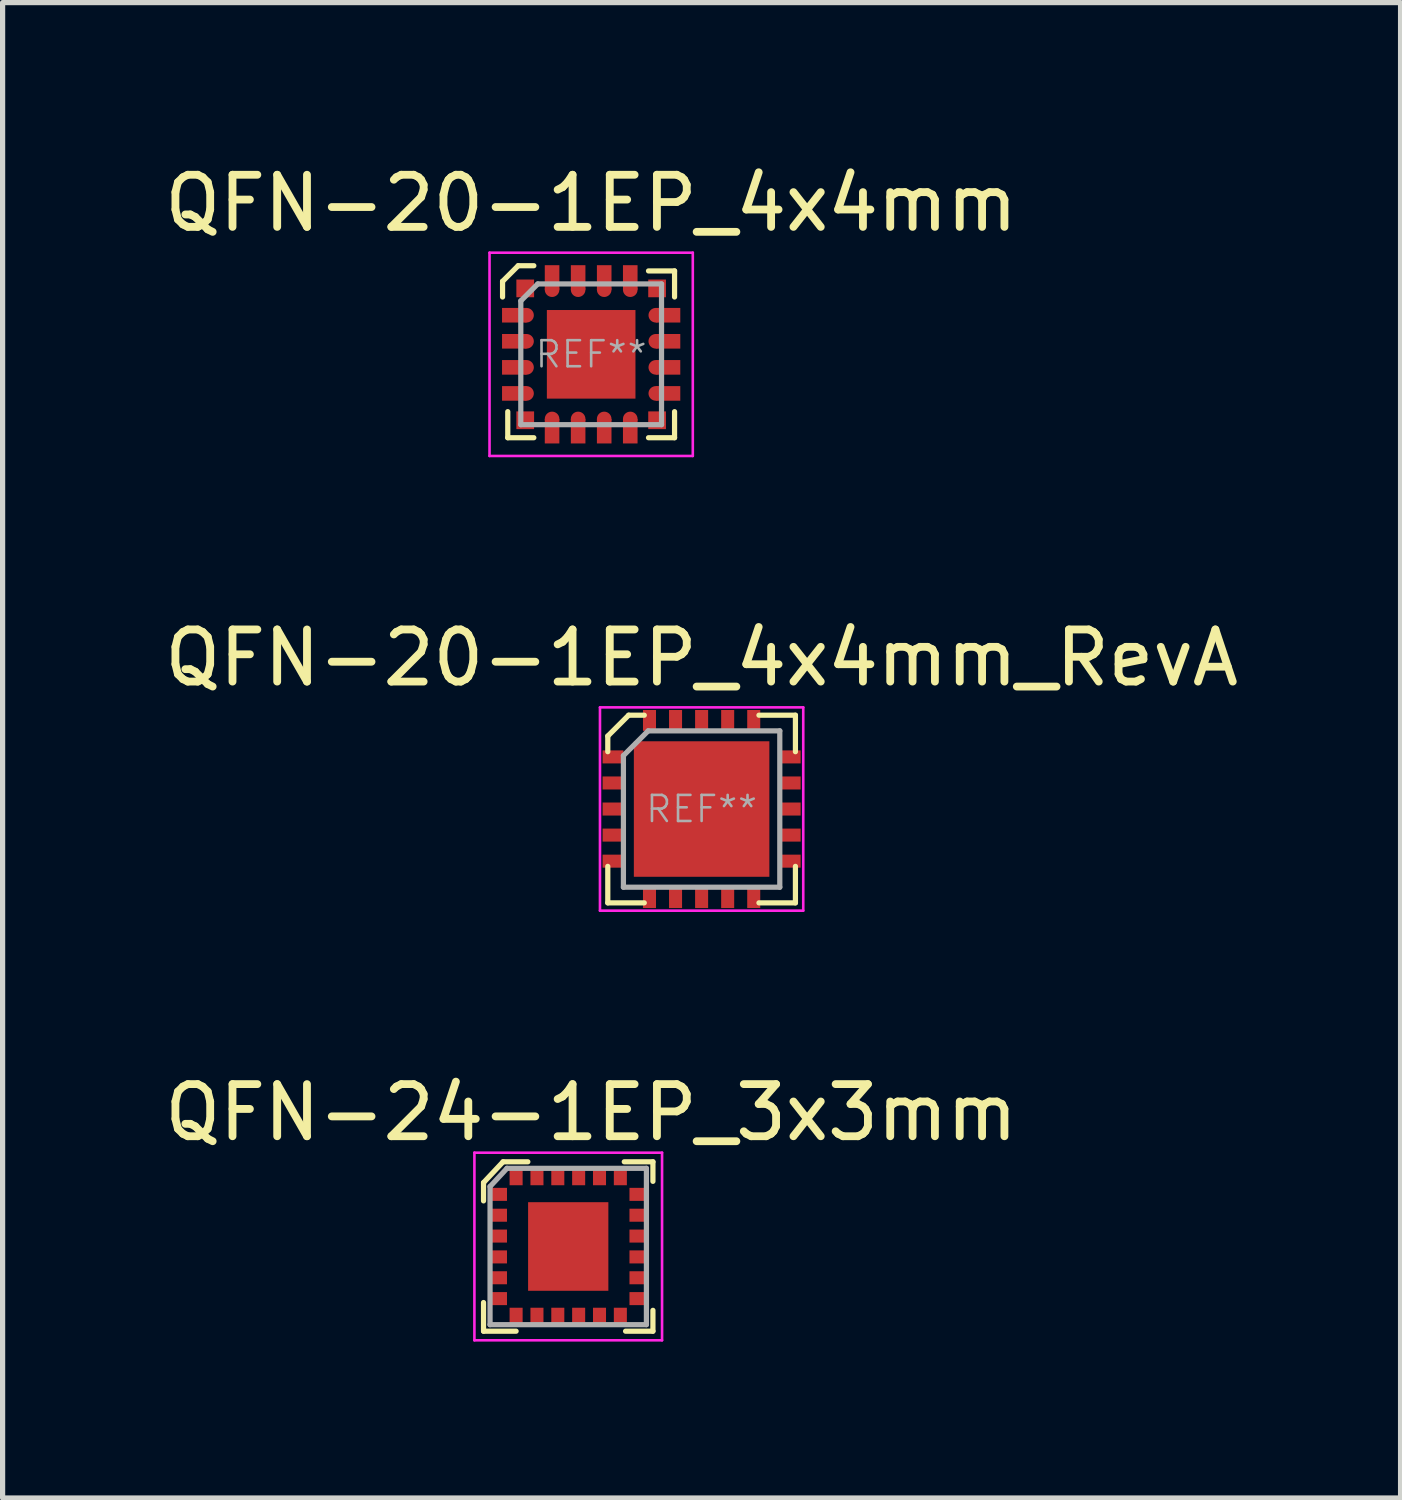
<source format=kicad_pcb>
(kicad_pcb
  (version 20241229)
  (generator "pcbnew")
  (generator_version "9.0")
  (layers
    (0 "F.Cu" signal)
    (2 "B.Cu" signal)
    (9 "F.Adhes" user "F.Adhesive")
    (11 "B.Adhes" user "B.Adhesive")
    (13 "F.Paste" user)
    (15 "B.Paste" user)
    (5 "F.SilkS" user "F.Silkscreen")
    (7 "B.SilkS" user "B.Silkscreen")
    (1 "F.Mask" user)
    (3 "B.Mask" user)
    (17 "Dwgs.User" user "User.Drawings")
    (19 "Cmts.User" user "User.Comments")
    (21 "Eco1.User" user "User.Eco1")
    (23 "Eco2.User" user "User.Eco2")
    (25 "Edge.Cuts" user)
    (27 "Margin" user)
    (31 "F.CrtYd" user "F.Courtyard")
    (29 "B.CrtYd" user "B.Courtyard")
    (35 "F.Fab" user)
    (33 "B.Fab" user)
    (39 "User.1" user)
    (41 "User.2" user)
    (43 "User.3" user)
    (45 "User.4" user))
  (footprint "QFN-20-1EP_4x4mm"
    (layer "F.Cu")
    (at 8.292 3.748)
    (property "Reference" "QFN-20-1EP_4x4mm" (at 0 -2.9 0) (layer "F.SilkS") (effects (font (size 1 1) (thickness 0.15))))
    (attr smd)
    (fp_line (start -1.7 -1.4) (end -1.4 -1.7) (stroke (width 0.1) (type solid)) (layer "F.SilkS"))
    (fp_line (start -1.7 -1.1) (end -1.7 -1.4) (stroke (width 0.1) (type solid)) (layer "F.SilkS"))
    (fp_line (start -1.6 1.1) (end -1.6 1.6) (stroke (width 0.1) (type solid)) (layer "F.SilkS"))
    (fp_line (start -1.6 1.6) (end -1.1 1.6) (stroke (width 0.1) (type solid)) (layer "F.SilkS"))
    (fp_line (start -1.4 -1.7) (end -1.1 -1.7) (stroke (width 0.1) (type solid)) (layer "F.SilkS"))
    (fp_line (start 1.1 -1.6) (end 1.6 -1.6) (stroke (width 0.1) (type solid)) (layer "F.SilkS"))
    (fp_line (start 1.6 -1.6) (end 1.6 -1.1) (stroke (width 0.1) (type solid)) (layer "F.SilkS"))
    (fp_line (start 1.6 1.1) (end 1.6 1.6) (stroke (width 0.1) (type solid)) (layer "F.SilkS"))
    (fp_line (start 1.6 1.6) (end 1.1 1.6) (stroke (width 0.1) (type solid)) (layer "F.SilkS"))
    (fp_line (start -1.95 -1.95) (end -1.95 1.95) (stroke (width 0.05) (type solid)) (layer "F.CrtYd"))
    (fp_line (start -1.95 -1.95) (end 1.95 -1.95) (stroke (width 0.05) (type solid)) (layer "F.CrtYd"))
    (fp_line (start -1.95 1.95) (end 1.95 1.95) (stroke (width 0.05) (type solid)) (layer "F.CrtYd"))
    (fp_line (start 1.95 -1.95) (end 1.95 1.95) (stroke (width 0.05) (type solid)) (layer "F.CrtYd"))
    (fp_line (start -1.35 -1.025) (end -1.35 1.35) (stroke (width 0.1) (type solid)) (layer "F.Fab"))
    (fp_line (start -1.35 1.35) (end 1.35 1.35) (stroke (width 0.1) (type solid)) (layer "F.Fab"))
    (fp_line (start -1.025 -1.35) (end -1.35 -1.025) (stroke (width 0.1) (type solid)) (layer "F.Fab"))
    (fp_line (start -1.025 -1.35) (end 1.35 -1.35) (stroke (width 0.1) (type solid)) (layer "F.Fab"))
    (fp_line (start 1.35 -1.35) (end 1.35 1.35) (stroke (width 0.1) (type solid)) (layer "F.Fab"))
    (fp_text user "REF**" (at 0 0 0) (layer "F.Fab") (effects (font (size 0.5 0.5) (thickness 0.05))))
    (pad "1" smd rect (at -1.265 -1.265) (size 0.34 0.34) (layers "F.Cu" "F.Mask" "F.Paste"))
    (pad "2" smd rect (at -1.475 -0.75) (size 0.47 0.28) (layers "F.Cu" "F.Mask" "F.Paste"))
    (pad "2" smd circle (at -1.24 -0.75) (size 0.28 0.28) (layers "F.Cu" "F.Mask" "F.Paste"))
    (pad "3" smd rect (at -1.475 -0.25) (size 0.47 0.28) (layers "F.Cu" "F.Mask" "F.Paste"))
    (pad "3" smd circle (at -1.24 -0.25) (size 0.28 0.28) (layers "F.Cu" "F.Mask" "F.Paste"))
    (pad "4" smd rect (at -1.475 0.25) (size 0.47 0.28) (layers "F.Cu" "F.Mask" "F.Paste"))
    (pad "4" smd circle (at -1.24 0.25) (size 0.28 0.28) (layers "F.Cu" "F.Mask" "F.Paste"))
    (pad "5" smd rect (at -1.475 0.75) (size 0.47 0.28) (layers "F.Cu" "F.Mask" "F.Paste"))
    (pad "5" smd circle (at -1.24 0.75) (size 0.28 0.28) (layers "F.Cu" "F.Mask" "F.Paste"))
    (pad "6" smd rect (at -1.265 1.265) (size 0.34 0.34) (layers "F.Cu" "F.Mask" "F.Paste"))
    (pad "7" smd circle (at -0.75 1.24) (size 0.28 0.28) (layers "F.Cu" "F.Mask" "F.Paste"))
    (pad "7" smd rect (at -0.75 1.475) (size 0.28 0.47) (layers "F.Cu" "F.Mask" "F.Paste"))
    (pad "8" smd circle (at -0.25 1.24) (size 0.28 0.28) (layers "F.Cu" "F.Mask" "F.Paste"))
    (pad "8" smd rect (at -0.25 1.475) (size 0.28 0.47) (layers "F.Cu" "F.Mask" "F.Paste"))
    (pad "9" smd circle (at 0.25 1.24) (size 0.28 0.28) (layers "F.Cu" "F.Mask" "F.Paste"))
    (pad "9" smd rect (at 0.25 1.475) (size 0.28 0.47) (layers "F.Cu" "F.Mask" "F.Paste"))
    (pad "10" smd circle (at 0.75 1.24) (size 0.28 0.28) (layers "F.Cu" "F.Mask" "F.Paste"))
    (pad "10" smd rect (at 0.75 1.475) (size 0.28 0.47) (layers "F.Cu" "F.Mask" "F.Paste"))
    (pad "11" smd rect (at 1.265 1.265) (size 0.34 0.34) (layers "F.Cu" "F.Mask" "F.Paste"))
    (pad "12" smd circle (at 1.24 0.75) (size 0.28 0.28) (layers "F.Cu" "F.Mask" "F.Paste"))
    (pad "12" smd rect (at 1.475 0.75) (size 0.47 0.28) (layers "F.Cu" "F.Mask" "F.Paste"))
    (pad "13" smd circle (at 1.24 0.25) (size 0.28 0.28) (layers "F.Cu" "F.Mask" "F.Paste"))
    (pad "13" smd rect (at 1.475 0.25) (size 0.47 0.28) (layers "F.Cu" "F.Mask" "F.Paste"))
    (pad "14" smd circle (at 1.24 -0.25) (size 0.28 0.28) (layers "F.Cu" "F.Mask" "F.Paste"))
    (pad "14" smd rect (at 1.475 -0.25) (size 0.47 0.28) (layers "F.Cu" "F.Mask" "F.Paste"))
    (pad "15" smd circle (at 1.24 -0.75) (size 0.28 0.28) (layers "F.Cu" "F.Mask" "F.Paste"))
    (pad "15" smd rect (at 1.475 -0.75) (size 0.47 0.28) (layers "F.Cu" "F.Mask" "F.Paste"))
    (pad "16" smd rect (at 1.265 -1.265) (size 0.34 0.34) (layers "F.Cu" "F.Mask" "F.Paste"))
    (pad "17" smd rect (at 0.75 -1.475) (size 0.28 0.47) (layers "F.Cu" "F.Mask" "F.Paste"))
    (pad "17" smd circle (at 0.75 -1.24) (size 0.28 0.28) (layers "F.Cu" "F.Mask" "F.Paste"))
    (pad "18" smd rect (at 0.25 -1.475) (size 0.28 0.47) (layers "F.Cu" "F.Mask" "F.Paste"))
    (pad "18" smd circle (at 0.25 -1.24) (size 0.28 0.28) (layers "F.Cu" "F.Mask" "F.Paste"))
    (pad "19" smd rect (at -0.25 -1.475) (size 0.28 0.47) (layers "F.Cu" "F.Mask" "F.Paste"))
    (pad "19" smd circle (at -0.25 -1.24) (size 0.28 0.28) (layers "F.Cu" "F.Mask" "F.Paste"))
    (pad "20" smd rect (at -0.75 -1.475) (size 0.28 0.47) (layers "F.Cu" "F.Mask" "F.Paste"))
    (pad "20" smd circle (at -0.75 -1.24) (size 0.28 0.28) (layers "F.Cu" "F.Mask" "F.Paste"))
    (pad "21" smd rect (at 0 0) (size 1.7 1.7) (layers "F.Cu" "F.Mask" "F.Paste")))
  (footprint "QFN-24-1EP_3x3mm"
    (layer "F.Cu")
    (at 7.852 20.865)
    (property "Reference" "QFN-24-1EP_3x3mm" (at 0.44 -2.57 0) (layer "F.SilkS") (effects (font (size 1 1) (thickness 0.15))))
    (attr smd)
    (fp_line (start -1.625 -1.225) (end -1.625 -0.875) (stroke (width 0.1) (type solid)) (layer "F.SilkS"))
    (fp_line (start -1.625 1.075) (end -1.625 1.625) (stroke (width 0.1) (type solid)) (layer "F.SilkS"))
    (fp_line (start -1.625 1.625) (end -1 1.625) (stroke (width 0.1) (type solid)) (layer "F.SilkS"))
    (fp_line (start -1.25 -1.625) (end -1.625 -1.225) (stroke (width 0.1) (type solid)) (layer "F.SilkS"))
    (fp_line (start -0.775 -1.625) (end -1.25 -1.625) (stroke (width 0.1) (type solid)) (layer "F.SilkS"))
    (fp_line (start 1.075 -1.625) (end 1.625 -1.625) (stroke (width 0.1) (type solid)) (layer "F.SilkS"))
    (fp_line (start 1.625 -1.625) (end 1.625 -1.25) (stroke (width 0.1) (type solid)) (layer "F.SilkS"))
    (fp_line (start 1.625 1.225) (end 1.625 1.625) (stroke (width 0.1) (type solid)) (layer "F.SilkS"))
    (fp_line (start 1.625 1.625) (end 1.1 1.625) (stroke (width 0.1) (type solid)) (layer "F.SilkS"))
    (fp_line (start -1.8 -1.8) (end -1.8 1.8) (stroke (width 0.05) (type solid)) (layer "F.CrtYd"))
    (fp_line (start 1.8 -1.8) (end -1.8 -1.8) (stroke (width 0.05) (type solid)) (layer "F.CrtYd"))
    (fp_line (start 1.8 -1.8) (end 1.8 1.8) (stroke (width 0.05) (type solid)) (layer "F.CrtYd"))
    (fp_line (start 1.8 1.8) (end -1.8 1.8) (stroke (width 0.05) (type solid)) (layer "F.CrtYd"))
    (fp_line (start -1.5 -1.15) (end -1.5 1.5) (stroke (width 0.1) (type solid)) (layer "F.Fab"))
    (fp_line (start -1.175 -1.5) (end -1.5 -1.15) (stroke (width 0.1) (type solid)) (layer "F.Fab"))
    (fp_line (start -1.175 -1.5) (end 1.5 -1.5) (stroke (width 0.1) (type solid)) (layer "F.Fab"))
    (fp_line (start 1.5 -1.5) (end 1.5 1.5) (stroke (width 0.1) (type solid)) (layer "F.Fab"))
    (fp_line (start 1.5 1.5) (end -1.5 1.5) (stroke (width 0.1) (type solid)) (layer "F.Fab"))
    (pad "1" smd rect (at -1.35 -1) (size 0.35 0.25) (layers "F.Cu" "F.Mask" "F.Paste"))
    (pad "2" smd rect (at -1.35 -0.6) (size 0.35 0.25) (layers "F.Cu" "F.Mask" "F.Paste"))
    (pad "3" smd rect (at -1.35 -0.2) (size 0.35 0.25) (layers "F.Cu" "F.Mask" "F.Paste"))
    (pad "4" smd rect (at -1.35 0.2) (size 0.35 0.25) (layers "F.Cu" "F.Mask" "F.Paste"))
    (pad "5" smd rect (at -1.35 0.6) (size 0.35 0.25) (layers "F.Cu" "F.Mask" "F.Paste"))
    (pad "6" smd rect (at -1.35 1) (size 0.35 0.25) (layers "F.Cu" "F.Mask" "F.Paste"))
    (pad "7" smd rect (at -1 1.35) (size 0.25 0.35) (layers "F.Cu" "F.Mask" "F.Paste"))
    (pad "8" smd rect (at -0.6 1.35) (size 0.25 0.35) (layers "F.Cu" "F.Mask" "F.Paste"))
    (pad "9" smd rect (at -0.2 1.35) (size 0.25 0.35) (layers "F.Cu" "F.Mask" "F.Paste"))
    (pad "10" smd rect (at 0.2 1.35) (size 0.25 0.35) (layers "F.Cu" "F.Mask" "F.Paste"))
    (pad "11" smd rect (at 0.6 1.35) (size 0.25 0.35) (layers "F.Cu" "F.Mask" "F.Paste"))
    (pad "12" smd rect (at 1 1.35) (size 0.25 0.35) (layers "F.Cu" "F.Mask" "F.Paste"))
    (pad "13" smd rect (at 1.35 1) (size 0.35 0.25) (layers "F.Cu" "F.Mask" "F.Paste"))
    (pad "14" smd rect (at 1.35 0.6) (size 0.35 0.25) (layers "F.Cu" "F.Mask" "F.Paste"))
    (pad "15" smd rect (at 1.35 0.2) (size 0.35 0.25) (layers "F.Cu" "F.Mask" "F.Paste"))
    (pad "16" smd rect (at 1.35 -0.2) (size 0.35 0.25) (layers "F.Cu" "F.Mask" "F.Paste"))
    (pad "17" smd rect (at 1.35 -0.6) (size 0.35 0.25) (layers "F.Cu" "F.Mask" "F.Paste"))
    (pad "18" smd rect (at 1.35 -1) (size 0.35 0.25) (layers "F.Cu" "F.Mask" "F.Paste"))
    (pad "19" smd rect (at 1 -1.35) (size 0.25 0.35) (layers "F.Cu" "F.Mask" "F.Paste"))
    (pad "20" smd rect (at 0.6 -1.35) (size 0.25 0.35) (layers "F.Cu" "F.Mask" "F.Paste"))
    (pad "21" smd rect (at 0.2 -1.35) (size 0.25 0.35) (layers "F.Cu" "F.Mask" "F.Paste"))
    (pad "22" smd rect (at -0.2 -1.35) (size 0.25 0.35) (layers "F.Cu" "F.Mask" "F.Paste"))
    (pad "23" smd rect (at -0.6 -1.35) (size 0.25 0.35) (layers "F.Cu" "F.Mask" "F.Paste"))
    (pad "24" smd rect (at -1 -1.35) (size 0.25 0.35) (layers "F.Cu" "F.Mask" "F.Paste"))
    (pad "25" smd rect (at 0 0) (size 1.54 1.7) (layers "F.Cu" "F.Mask" "F.Paste")))
  (footprint "QFN-20-1EP_4x4mm_RevA"
    (layer "F.Cu")
    (at 10.411 12.472)
    (property "Reference" "QFN-20-1EP_4x4mm_RevA" (at 0 -2.9 0) (layer "F.SilkS") (effects (font (size 1 1) (thickness 0.15))))
    (attr through_hole)
    (fp_line (start -1.8 -1.4) (end -1.4 -1.8) (stroke (width 0.1) (type solid)) (layer "F.SilkS"))
    (fp_line (start -1.8 -1.1) (end -1.8 -1.4) (stroke (width 0.1) (type solid)) (layer "F.SilkS"))
    (fp_line (start -1.8 1.1) (end -1.8 1.8) (stroke (width 0.1) (type solid)) (layer "F.SilkS"))
    (fp_line (start -1.8 1.8) (end -1.1 1.8) (stroke (width 0.1) (type solid)) (layer "F.SilkS"))
    (fp_line (start -1.4 -1.8) (end -1.1 -1.8) (stroke (width 0.1) (type solid)) (layer "F.SilkS"))
    (fp_line (start 1.1 -1.8) (end 1.8 -1.8) (stroke (width 0.1) (type solid)) (layer "F.SilkS"))
    (fp_line (start 1.8 -1.8) (end 1.8 -1.1) (stroke (width 0.1) (type solid)) (layer "F.SilkS"))
    (fp_line (start 1.8 1.1) (end 1.8 1.8) (stroke (width 0.1) (type solid)) (layer "F.SilkS"))
    (fp_line (start 1.8 1.8) (end 1.1 1.8) (stroke (width 0.1) (type solid)) (layer "F.SilkS"))
    (fp_line (start -1.95 -1.95) (end -1.95 1.95) (stroke (width 0.05) (type solid)) (layer "F.CrtYd"))
    (fp_line (start -1.95 -1.95) (end 1.95 -1.95) (stroke (width 0.05) (type solid)) (layer "F.CrtYd"))
    (fp_line (start -1.95 1.95) (end 1.95 1.95) (stroke (width 0.05) (type solid)) (layer "F.CrtYd"))
    (fp_line (start 1.95 -1.95) (end 1.95 1.95) (stroke (width 0.05) (type solid)) (layer "F.CrtYd"))
    (fp_line (start -1.5 -1.025) (end -1.5 1.5) (stroke (width 0.1) (type solid)) (layer "F.Fab"))
    (fp_line (start -1.5 1.5) (end 1.5 1.5) (stroke (width 0.1) (type solid)) (layer "F.Fab"))
    (fp_line (start -1.025 -1.5) (end -1.5 -1.025) (stroke (width 0.1) (type solid)) (layer "F.Fab"))
    (fp_line (start -1.025 -1.5) (end 1.5 -1.5) (stroke (width 0.1) (type solid)) (layer "F.Fab"))
    (fp_line (start 1.5 -1.5) (end 1.5 1.5) (stroke (width 0.1) (type solid)) (layer "F.Fab"))
    (fp_text user "REF**" (at 0 0 0) (layer "F.Fab") (effects (font (size 0.5 0.5) (thickness 0.05))))
    (pad "1" smd rect (at -1.7 -1) (size 0.4 0.25) (layers "F.Cu" "F.Mask" "F.Paste"))
    (pad "2" smd rect (at -1.7 -0.5) (size 0.4 0.25) (layers "F.Cu" "F.Mask" "F.Paste"))
    (pad "3" smd rect (at -1.7 0) (size 0.4 0.25) (layers "F.Cu" "F.Mask" "F.Paste"))
    (pad "4" smd rect (at -1.7 0.5) (size 0.4 0.25) (layers "F.Cu" "F.Mask" "F.Paste"))
    (pad "5" smd rect (at -1.7 1) (size 0.4 0.25) (layers "F.Cu" "F.Mask" "F.Paste"))
    (pad "6" smd rect (at -1 1.7) (size 0.25 0.4) (layers "F.Cu" "F.Mask" "F.Paste"))
    (pad "7" smd rect (at -0.5 1.7) (size 0.25 0.4) (layers "F.Cu" "F.Mask" "F.Paste"))
    (pad "8" smd rect (at 0 1.7) (size 0.25 0.4) (layers "F.Cu" "F.Mask" "F.Paste"))
    (pad "9" smd rect (at 0.5 1.7) (size 0.25 0.4) (layers "F.Cu" "F.Mask" "F.Paste"))
    (pad "10" smd rect (at 1 1.7) (size 0.25 0.4) (layers "F.Cu" "F.Mask" "F.Paste"))
    (pad "11" smd rect (at 1.7 1) (size 0.4 0.25) (layers "F.Cu" "F.Mask" "F.Paste"))
    (pad "12" smd rect (at 1.7 0.5) (size 0.4 0.25) (layers "F.Cu" "F.Mask" "F.Paste"))
    (pad "13" smd rect (at 1.7 0) (size 0.4 0.25) (layers "F.Cu" "F.Mask" "F.Paste"))
    (pad "14" smd rect (at 1.7 -0.5) (size 0.4 0.25) (layers "F.Cu" "F.Mask" "F.Paste"))
    (pad "15" smd rect (at 1.7 -1) (size 0.4 0.25) (layers "F.Cu" "F.Mask" "F.Paste"))
    (pad "16" smd rect (at 1 -1.7) (size 0.25 0.4) (layers "F.Cu" "F.Mask" "F.Paste"))
    (pad "17" smd rect (at 0.5 -1.7) (size 0.25 0.4) (layers "F.Cu" "F.Mask" "F.Paste"))
    (pad "18" smd rect (at 0 -1.7) (size 0.25 0.4) (layers "F.Cu" "F.Mask" "F.Paste"))
    (pad "19" smd rect (at -0.5 -1.7) (size 0.25 0.4) (layers "F.Cu" "F.Mask" "F.Paste"))
    (pad "20" smd rect (at -1 -1.7) (size 0.25 0.4) (layers "F.Cu" "F.Mask" "F.Paste"))
    (pad "21" smd rect (at 0 0) (size 2.6 2.6) (layers "F.Cu" "F.Mask" "F.Paste")))
  (gr_rect
    (start -3 -3)
    (end 23.821 25.69)
    (stroke (width 0.1) (type default))
    (fill no)
    (layer "Edge.Cuts")))
</source>
